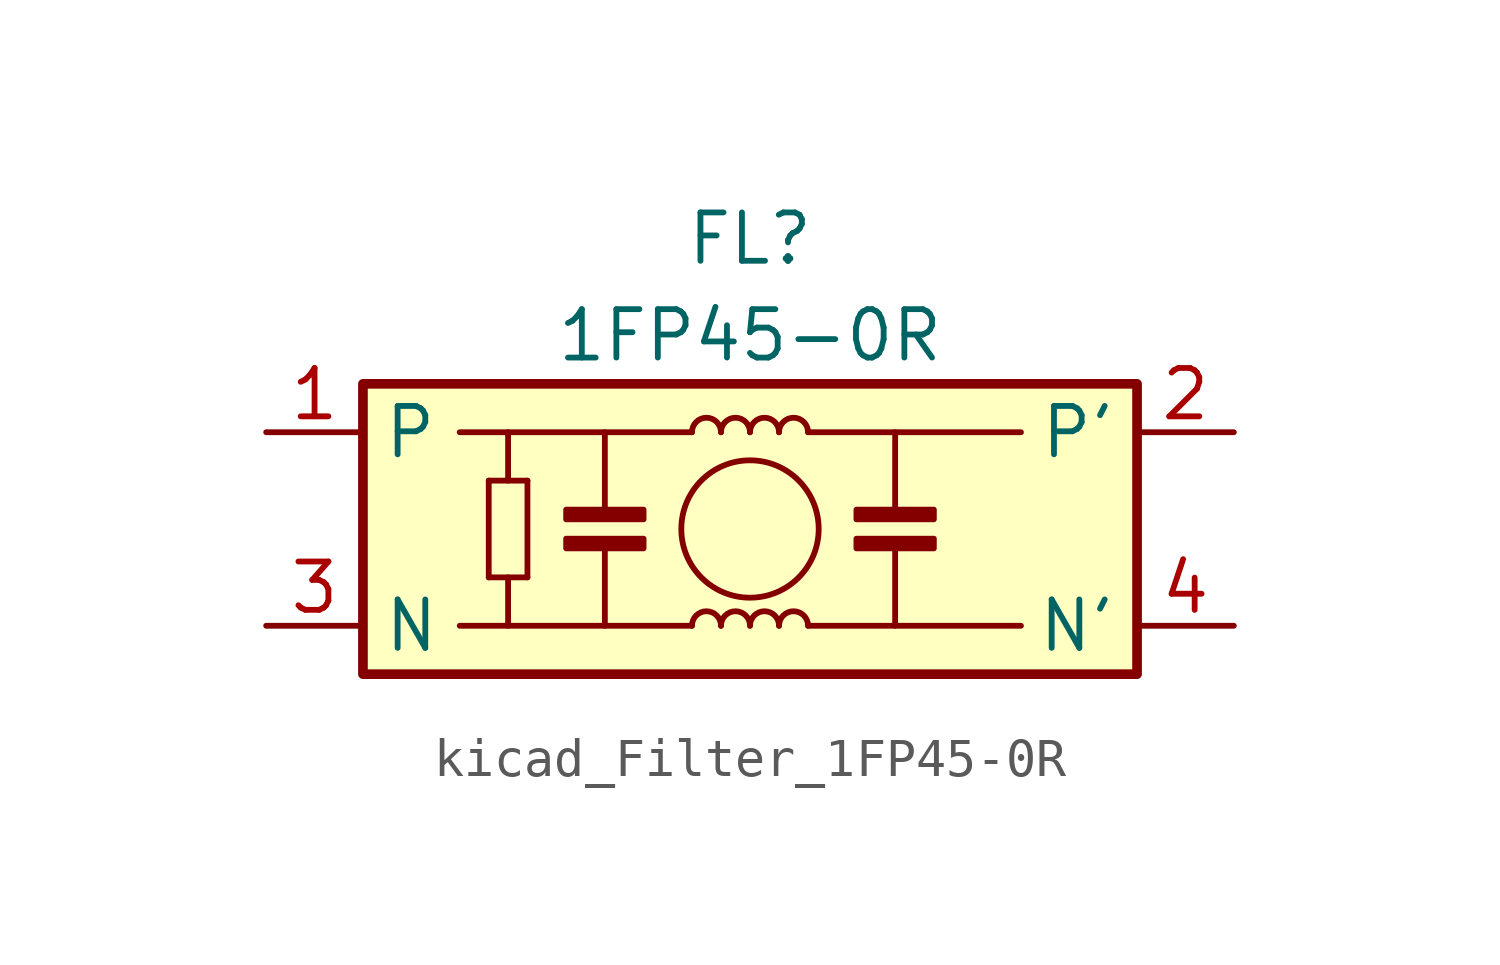
<source format=kicad_sym>
(kicad_symbol_lib
  (version 20220914)
  (generator kicad_symbol_editor)
  (symbol "kicad_Filter_1FP45-0R"
    (property "Reference" "FL"
      (at 0 7.62 0)
      (effects (font (size 1.27 1.27))))
    (property "Value" "1FP45-0R"
      (at 0 5.08 0)
      (effects (font (size 1.27 1.27))))
    (symbol "kicad_Filter_1FP45-0R_1_1"
      (rectangle (start -10.16 3.81) (end 10.16 -3.81) (stroke (width 0.254) (type default)) (fill (type background)))
      (rectangle (start -4.826 -0.254) (end -2.794 -0.508) (stroke (width 0) (type default)) (fill (type outline)))
      (rectangle (start -4.826 0.254) (end -2.794 0.508) (stroke (width 0) (type default)) (fill (type outline)))
      (arc (start -0.762 -2.54) (mid -1.143 -2.1606) (end -1.524 -2.54) (stroke (width 0) (type default)) (fill (type none)))
      (arc (start -0.762 2.54) (mid -1.143 2.9194) (end -1.524 2.54) (stroke (width 0) (type default)) (fill (type none)))
      (arc (start 0 -2.54) (mid -0.381 -2.1606) (end -0.762 -2.54) (stroke (width 0) (type default)) (fill (type none)))
      (polyline (pts (xy -6.858 -1.27) (xy -6.858 1.27)) (stroke (width 0) (type default)) (fill (type none)))
      (polyline (pts (xy -6.858 -1.27) (xy -5.842 -1.27)) (stroke (width 0) (type default)) (fill (type none)))
      (polyline (pts (xy -6.858 1.27) (xy -5.842 1.27)) (stroke (width 0) (type default)) (fill (type none)))
      (polyline (pts (xy -6.35 -1.27) (xy -6.35 -2.54)) (stroke (width 0) (type default)) (fill (type none)))
      (polyline (pts (xy -6.35 1.27) (xy -6.35 2.54)) (stroke (width 0) (type default)) (fill (type none)))
      (polyline (pts (xy -5.842 -1.27) (xy -5.842 1.27)) (stroke (width 0) (type default)) (fill (type none)))
      (polyline (pts (xy -3.81 -0.508) (xy -3.81 -2.54)) (stroke (width 0) (type default)) (fill (type none)))
      (polyline (pts (xy -3.81 0.508) (xy -3.81 2.54)) (stroke (width 0) (type default)) (fill (type none)))
      (polyline (pts (xy -1.524 -2.54) (xy -7.62 -2.54)) (stroke (width 0) (type default)) (fill (type none)))
      (polyline (pts (xy -1.524 2.54) (xy -7.62 2.54)) (stroke (width 0) (type default)) (fill (type none)))
      (polyline (pts (xy 1.524 -2.54) (xy 7.112 -2.54)) (stroke (width 0) (type default)) (fill (type none)))
      (polyline (pts (xy 3.81 -0.508) (xy 3.81 -2.54)) (stroke (width 0) (type default)) (fill (type none)))
      (polyline (pts (xy 3.81 0.508) (xy 3.81 2.54)) (stroke (width 0) (type default)) (fill (type none)))
      (polyline (pts (xy 7.112 2.54) (xy 1.524 2.54)) (stroke (width 0) (type default)) (fill (type none)))
      (circle (center 0 0) (radius 1.803) (stroke (width 0) (type default)) (fill (type none)))
      (arc (start 0 2.54) (mid -0.381 2.9194) (end -0.762 2.54) (stroke (width 0) (type default)) (fill (type none)))
      (arc (start 0.762 -2.54) (mid 0.381 -2.1606) (end 0 -2.54) (stroke (width 0) (type default)) (fill (type none)))
      (arc (start 0.762 2.54) (mid 0.381 2.9194) (end 0 2.54) (stroke (width 0) (type default)) (fill (type none)))
      (arc (start 1.524 -2.54) (mid 1.143 -2.1606) (end 0.762 -2.54) (stroke (width 0) (type default)) (fill (type none)))
      (arc (start 1.524 2.54) (mid 1.143 2.9194) (end 0.762 2.54) (stroke (width 0) (type default)) (fill (type none)))
      (rectangle (start 2.794 -0.254) (end 4.826 -0.508) (stroke (width 0) (type default)) (fill (type outline)))
      (rectangle (start 2.794 0.254) (end 4.826 0.508) (stroke (width 0) (type default)) (fill (type outline)))
      (pin passive line (at -12.7 2.54 0) (length 2.54) (name "P" (effects (font (size 1.27 1.27)))) (number "1" (effects (font (size 1.27 1.27)))))
      (pin passive line (at 12.7 2.54 180) (length 2.54) (name "P'" (effects (font (size 1.27 1.27)))) (number "2" (effects (font (size 1.27 1.27)))))
      (pin passive line (at -12.7 -2.54 0) (length 2.54) (name "N" (effects (font (size 1.27 1.27)))) (number "3" (effects (font (size 1.27 1.27)))))
      (pin passive line (at 12.7 -2.54 180) (length 2.54) (name "N'" (effects (font (size 1.27 1.27)))) (number "4" (effects (font (size 1.27 1.27))))))))
</source>
